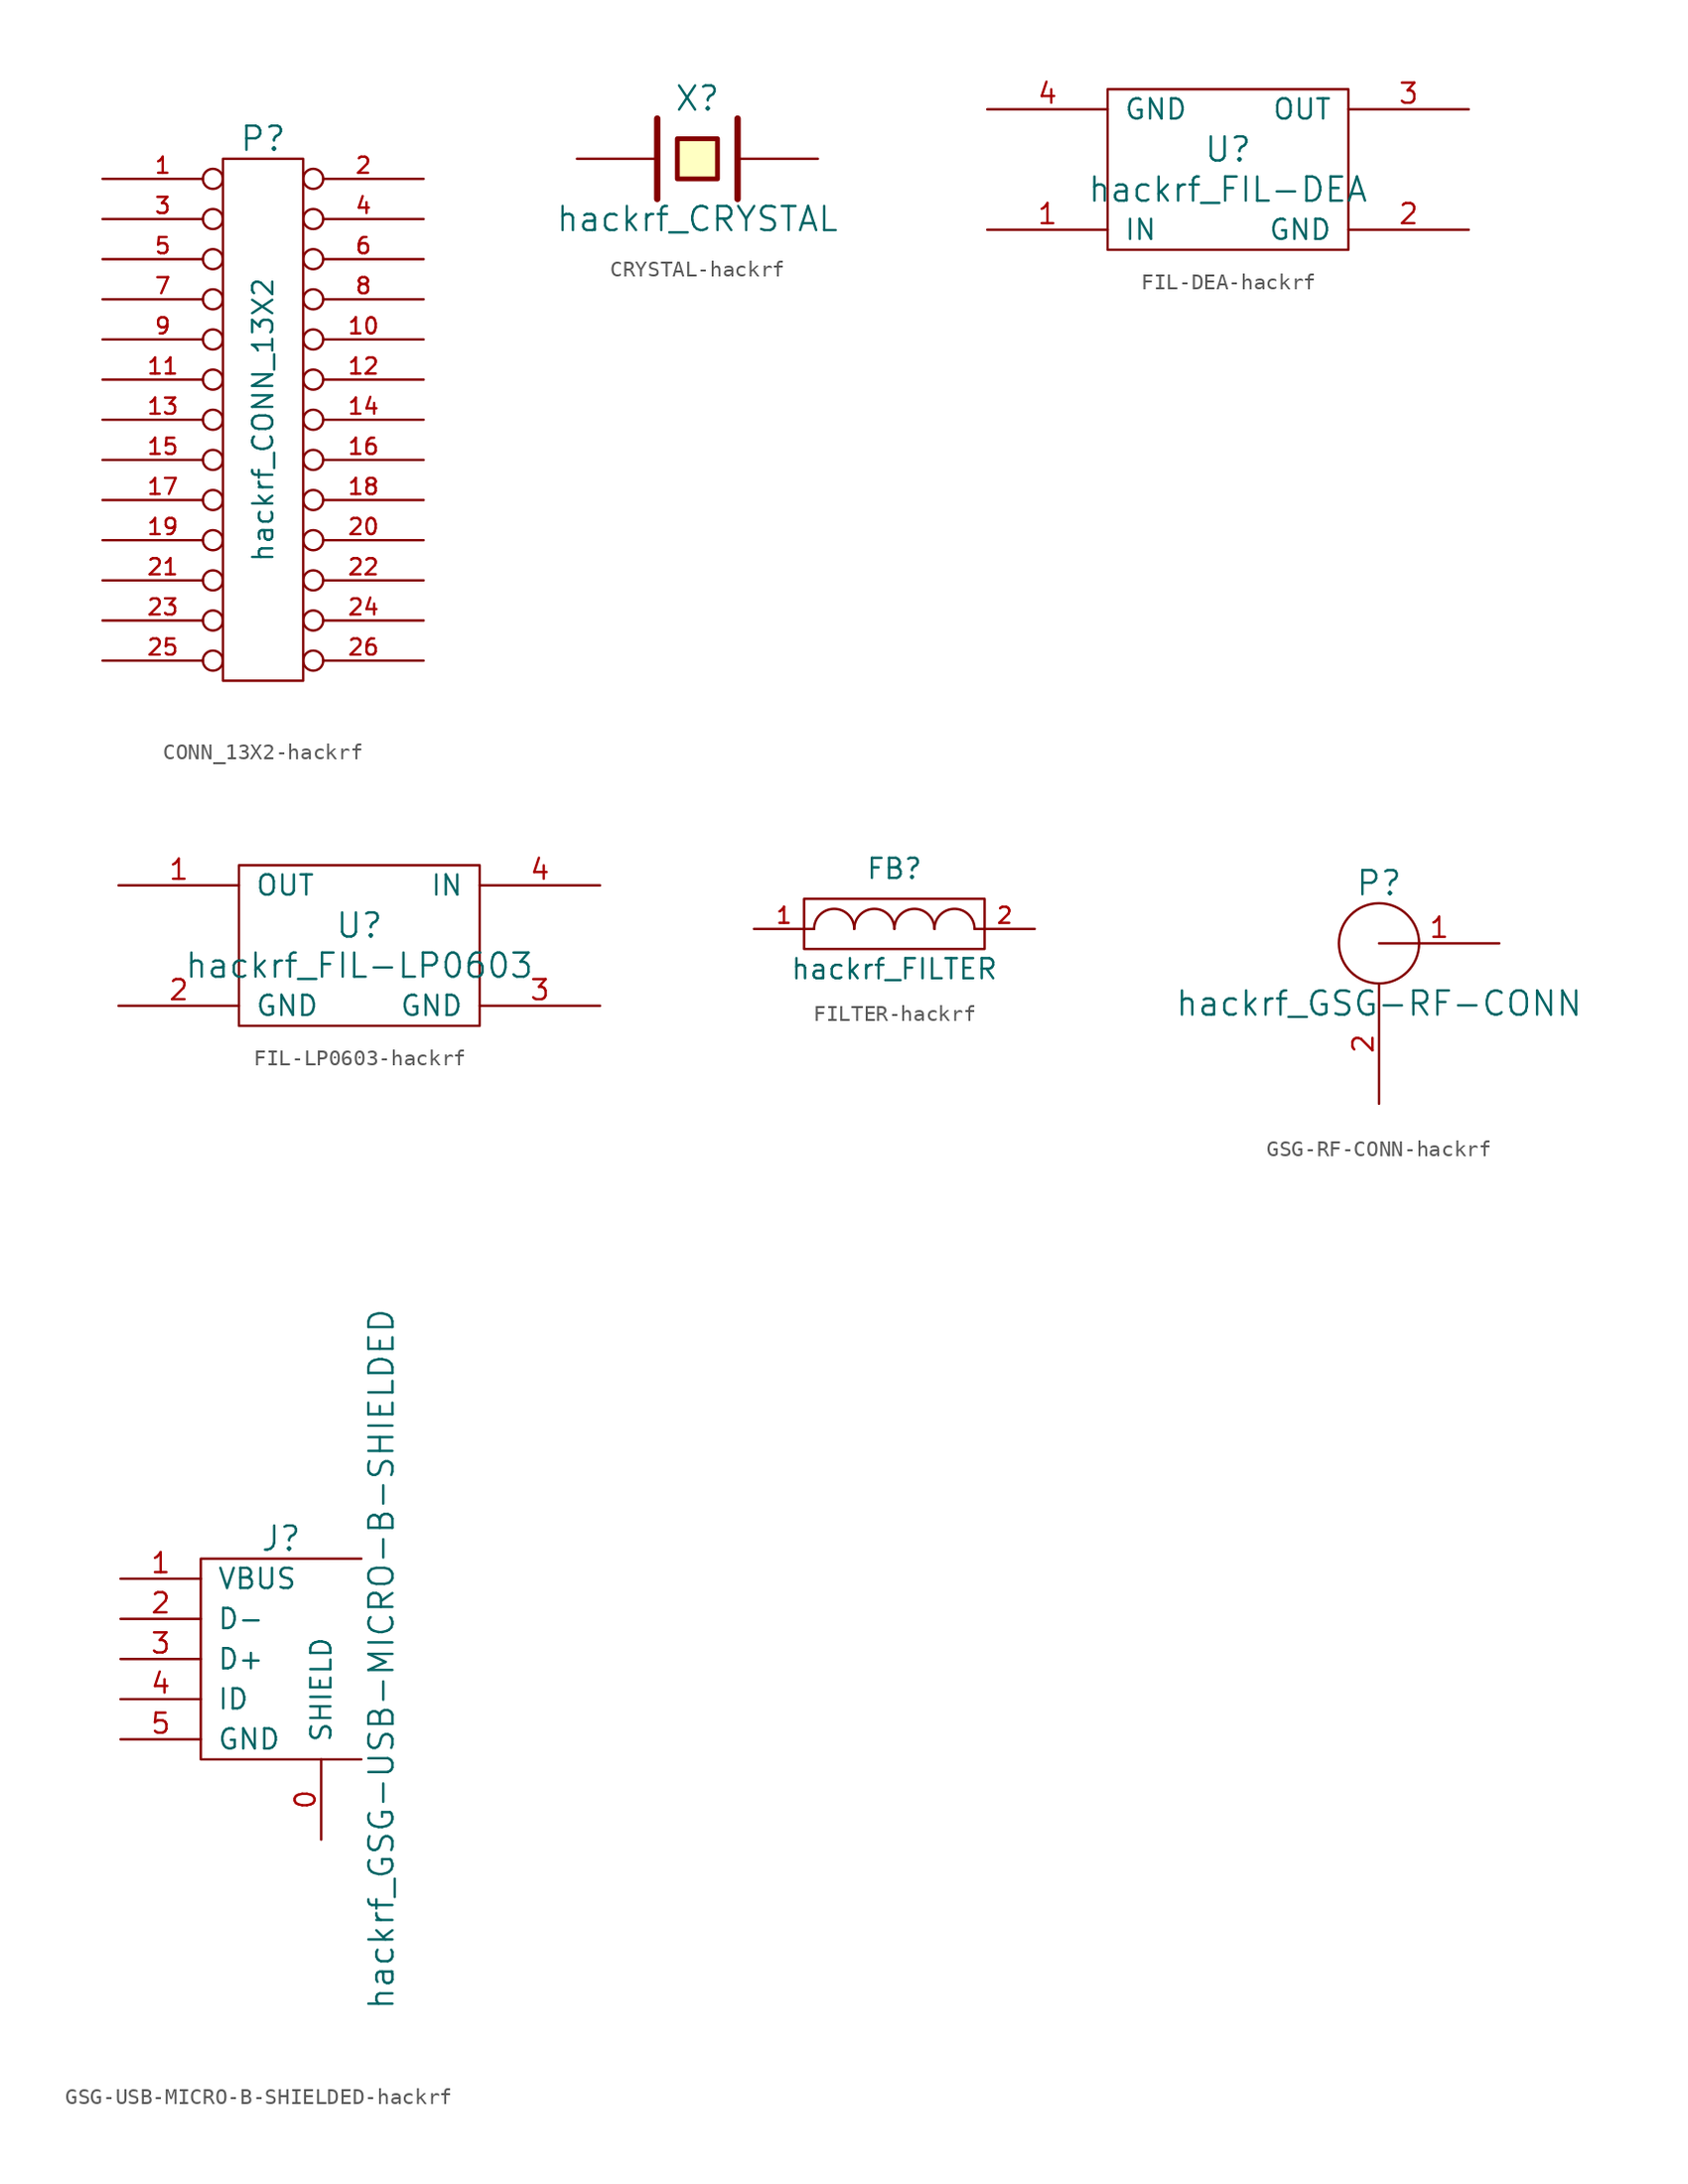
<source format=kicad_sym>
(kicad_symbol_lib
  (version 20231120)
  (generator "kicad_symbol_editor")
  (generator_version "8.0")
  (symbol "CONN_13X2-hackrf"
    (pin_names
      (offset 0.254) hide)
    (property "Reference" "P"
      (at 0 17.78 0)
      (effects (font (size 1.524 1.524))))
    (property "Value" "hackrf_CONN_13X2"
      (at 0 0 90)
      (effects (font (size 1.27 1.27))))
    (property "Footprint" ""
      (at 0 0 0)
      (effects (font (size 1.524 1.524))))
    (property "Datasheet" ""
      (at 0 0 0)
      (effects (font (size 1.524 1.524))))
    (symbol "CONN_13X2-hackrf_0_1"
      (rectangle (start -2.54 16.51) (end 2.54 -16.51) (stroke (width 0) (type solid)) (fill (type none))))
    (symbol "CONN_13X2-hackrf_1_1"
      (pin passive inverted (at -10.16 15.24 0) (length 7.62) (name "P1" (effects (font (size 0.762 0.762)))) (number "1" (effects (font (size 1.016 1.016)))))
      (pin passive inverted (at 10.16 5.08 180) (length 7.62) (name "P10" (effects (font (size 0.762 0.762)))) (number "10" (effects (font (size 1.016 1.016)))))
      (pin passive inverted (at -10.16 2.54 0) (length 7.62) (name "P11" (effects (font (size 0.762 0.762)))) (number "11" (effects (font (size 1.016 1.016)))))
      (pin passive inverted (at 10.16 2.54 180) (length 7.62) (name "P12" (effects (font (size 0.762 0.762)))) (number "12" (effects (font (size 1.016 1.016)))))
      (pin passive inverted (at -10.16 0 0) (length 7.62) (name "P13" (effects (font (size 0.762 0.762)))) (number "13" (effects (font (size 1.016 1.016)))))
      (pin passive inverted (at 10.16 0 180) (length 7.62) (name "P14" (effects (font (size 0.762 0.762)))) (number "14" (effects (font (size 1.016 1.016)))))
      (pin passive inverted (at -10.16 -2.54 0) (length 7.62) (name "P15" (effects (font (size 0.762 0.762)))) (number "15" (effects (font (size 1.016 1.016)))))
      (pin passive inverted (at 10.16 -2.54 180) (length 7.62) (name "P16" (effects (font (size 0.762 0.762)))) (number "16" (effects (font (size 1.016 1.016)))))
      (pin passive inverted (at -10.16 -5.08 0) (length 7.62) (name "P17" (effects (font (size 0.762 0.762)))) (number "17" (effects (font (size 1.016 1.016)))))
      (pin passive inverted (at 10.16 -5.08 180) (length 7.62) (name "P18" (effects (font (size 0.762 0.762)))) (number "18" (effects (font (size 1.016 1.016)))))
      (pin passive inverted (at -10.16 -7.62 0) (length 7.62) (name "P19" (effects (font (size 0.762 0.762)))) (number "19" (effects (font (size 1.016 1.016)))))
      (pin passive inverted (at 10.16 15.24 180) (length 7.62) (name "P2" (effects (font (size 0.762 0.762)))) (number "2" (effects (font (size 1.016 1.016)))))
      (pin passive inverted (at 10.16 -7.62 180) (length 7.62) (name "P20" (effects (font (size 0.762 0.762)))) (number "20" (effects (font (size 1.016 1.016)))))
      (pin passive inverted (at -10.16 -10.16 0) (length 7.62) (name "P21" (effects (font (size 0.762 0.762)))) (number "21" (effects (font (size 1.016 1.016)))))
      (pin passive inverted (at 10.16 -10.16 180) (length 7.62) (name "P22" (effects (font (size 0.762 0.762)))) (number "22" (effects (font (size 1.016 1.016)))))
      (pin passive inverted (at -10.16 -12.7 0) (length 7.62) (name "P23" (effects (font (size 0.762 0.762)))) (number "23" (effects (font (size 1.016 1.016)))))
      (pin passive inverted (at 10.16 -12.7 180) (length 7.62) (name "P20" (effects (font (size 0.762 0.762)))) (number "24" (effects (font (size 1.016 1.016)))))
      (pin passive inverted (at -10.16 -15.24 0) (length 7.62) (name "P24" (effects (font (size 0.762 0.762)))) (number "25" (effects (font (size 1.016 1.016)))))
      (pin passive inverted (at 10.16 -15.24 180) (length 7.62) (name "P22" (effects (font (size 0.762 0.762)))) (number "26" (effects (font (size 1.016 1.016)))))
      (pin passive inverted (at -10.16 12.7 0) (length 7.62) (name "P3" (effects (font (size 0.762 0.762)))) (number "3" (effects (font (size 1.016 1.016)))))
      (pin passive inverted (at 10.16 12.7 180) (length 7.62) (name "P4" (effects (font (size 0.762 0.762)))) (number "4" (effects (font (size 1.016 1.016)))))
      (pin passive inverted (at -10.16 10.16 0) (length 7.62) (name "P5" (effects (font (size 0.762 0.762)))) (number "5" (effects (font (size 1.016 1.016)))))
      (pin passive inverted (at 10.16 10.16 180) (length 7.62) (name "P6" (effects (font (size 0.762 0.762)))) (number "6" (effects (font (size 1.016 1.016)))))
      (pin passive inverted (at -10.16 7.62 0) (length 7.62) (name "P7" (effects (font (size 0.762 0.762)))) (number "7" (effects (font (size 1.016 1.016)))))
      (pin passive inverted (at 10.16 7.62 180) (length 7.62) (name "P8" (effects (font (size 0.762 0.762)))) (number "8" (effects (font (size 1.016 1.016)))))
      (pin passive inverted (at -10.16 5.08 0) (length 7.62) (name "P9" (effects (font (size 0.762 0.762)))) (number "9" (effects (font (size 1.016 1.016)))))))
  (symbol "CRYSTAL-hackrf"
    (pin_numbers hide)
    (pin_names
      (offset 1.016) hide)
    (property "Reference" "X"
      (at 0 3.81 0)
      (effects (font (size 1.524 1.524))))
    (property "Value" "hackrf_CRYSTAL"
      (at 0 -3.81 0)
      (effects (font (size 1.524 1.524))))
    (property "Footprint" ""
      (at 0 0 0)
      (effects (font (size 1.524 1.524))))
    (property "Datasheet" ""
      (at 0 0 0)
      (effects (font (size 1.524 1.524))))
    (symbol "CRYSTAL-hackrf_0_1"
      (polyline (pts (xy -2.54 2.54) (xy -2.54 -2.54)) (stroke (width 0.406) (type solid)) (fill (type none)))
      (polyline (pts (xy 2.54 2.54) (xy 2.54 -2.54)) (stroke (width 0.406) (type solid)) (fill (type none)))
      (polyline (pts (xy -1.27 1.27) (xy 1.27 1.27) (xy 1.27 -1.27) (xy -1.27 -1.27) (xy -1.27 1.27)) (stroke (width 0.305) (type solid)) (fill (type background))))
    (symbol "CRYSTAL-hackrf_1_1"
      (pin passive line (at -7.62 0 0) (length 5.08) (name "1" (effects (font (size 1.016 1.016)))) (number "1" (effects (font (size 1.016 1.016)))))
      (pin passive line (at 7.62 0 180) (length 5.08) (name "2" (effects (font (size 1.016 1.016)))) (number "2" (effects (font (size 1.016 1.016)))))))
  (symbol "FIL-DEA-hackrf"
    (pin_names
      (offset 1.016))
    (property "Reference" "U"
      (at 0 1.27 0)
      (effects (font (size 1.524 1.524))))
    (property "Value" "hackrf_FIL-DEA"
      (at 0 -1.27 0)
      (effects (font (size 1.524 1.524))))
    (property "Footprint" ""
      (at 0 0 0)
      (effects (font (size 1.524 1.524))))
    (property "Datasheet" ""
      (at 0 0 0)
      (effects (font (size 1.524 1.524))))
    (symbol "FIL-DEA-hackrf_0_1"
      (rectangle (start -7.62 5.08) (end 7.62 -5.08) (stroke (width 0) (type solid)) (fill (type none))))
    (symbol "FIL-DEA-hackrf_1_1"
      (pin bidirectional line (at -15.24 -3.81 0) (length 7.62) (name "IN" (effects (font (size 1.27 1.27)))) (number "1" (effects (font (size 1.27 1.27)))))
      (pin power_in line (at 15.24 -3.81 180) (length 7.62) (name "GND" (effects (font (size 1.27 1.27)))) (number "2" (effects (font (size 1.27 1.27)))))
      (pin bidirectional line (at 15.24 3.81 180) (length 7.62) (name "OUT" (effects (font (size 1.27 1.27)))) (number "3" (effects (font (size 1.27 1.27)))))
      (pin power_in line (at -15.24 3.81 0) (length 7.62) (name "GND" (effects (font (size 1.27 1.27)))) (number "4" (effects (font (size 1.27 1.27)))))))
  (symbol "FIL-LP0603-hackrf"
    (pin_names
      (offset 1.016))
    (property "Reference" "U"
      (at 0 1.27 0)
      (effects (font (size 1.524 1.524))))
    (property "Value" "hackrf_FIL-LP0603"
      (at 0 -1.27 0)
      (effects (font (size 1.524 1.524))))
    (property "Footprint" ""
      (at 0 0 0)
      (effects (font (size 1.524 1.524))))
    (property "Datasheet" ""
      (at 0 0 0)
      (effects (font (size 1.524 1.524))))
    (symbol "FIL-LP0603-hackrf_0_1"
      (rectangle (start -7.62 5.08) (end 7.62 -5.08) (stroke (width 0) (type solid)) (fill (type none))))
    (symbol "FIL-LP0603-hackrf_1_1"
      (pin bidirectional line (at -15.24 3.81 0) (length 7.62) (name "OUT" (effects (font (size 1.27 1.27)))) (number "1" (effects (font (size 1.27 1.27)))))
      (pin power_in line (at -15.24 -3.81 0) (length 7.62) (name "GND" (effects (font (size 1.27 1.27)))) (number "2" (effects (font (size 1.27 1.27)))))
      (pin power_in line (at 15.24 -3.81 180) (length 7.62) (name "GND" (effects (font (size 1.27 1.27)))) (number "3" (effects (font (size 1.27 1.27)))))
      (pin bidirectional line (at 15.24 3.81 180) (length 7.62) (name "IN" (effects (font (size 1.27 1.27)))) (number "4" (effects (font (size 1.27 1.27)))))))
  (symbol "FILTER-hackrf"
    (pin_names
      (offset 1.016) hide)
    (property "Reference" "FB"
      (at 0 3.81 0)
      (effects (font (size 1.27 1.27))))
    (property "Value" "hackrf_FILTER"
      (at 0 -2.54 0)
      (effects (font (size 1.27 1.27))))
    (property "Footprint" ""
      (at 0 0 0)
      (effects (font (size 1.524 1.524))))
    (property "Datasheet" ""
      (at 0 0 0)
      (effects (font (size 1.524 1.524))))
    (symbol "FILTER-hackrf_0_1"
      (rectangle (start -5.715 1.905) (end 5.715 -1.27) (stroke (width 0) (type solid)) (fill (type none)))
      (arc (start -2.54 0) (mid -3.81 1.27) (end -5.08 0) (stroke (width 0) (type solid)) (fill (type none)))
      (arc (start 0 0) (mid -1.27 1.27) (end -2.54 0) (stroke (width 0) (type solid)) (fill (type none)))
      (arc (start 0 0) (mid 0 0) (end 0 0) (stroke (width 0) (type solid)) (fill (type none)))
      (arc (start 2.54 0) (mid 1.27 1.27) (end 0 0) (stroke (width 0) (type solid)) (fill (type none)))
      (arc (start 5.08 0) (mid 3.81 1.27) (end 2.54 0) (stroke (width 0) (type solid)) (fill (type none))))
    (symbol "FILTER-hackrf_1_1"
      (pin passive line (at -8.89 0 0) (length 3.81) (name "1" (effects (font (size 1.016 1.016)))) (number "1" (effects (font (size 1.016 1.016)))))
      (pin passive line (at 8.89 0 180) (length 3.81) (name "2" (effects (font (size 1.016 1.016)))) (number "2" (effects (font (size 1.016 1.016)))))))
  (symbol "GSG-RF-CONN-hackrf"
    (pin_names
      (offset 0) hide)
    (property "Reference" "P"
      (at 0 3.81 0)
      (effects (font (size 1.524 1.524))))
    (property "Value" "hackrf_GSG-RF-CONN"
      (at 0 -3.81 0)
      (effects (font (size 1.524 1.524))))
    (property "Footprint" ""
      (at 0 0 0)
      (effects (font (size 1.524 1.524))))
    (property "Datasheet" ""
      (at 0 0 0)
      (effects (font (size 1.524 1.524))))
    (symbol "GSG-RF-CONN-hackrf_0_1"
      (circle (center 0 0) (radius 2.54) (stroke (width 0) (type solid)) (fill (type none))))
    (symbol "GSG-RF-CONN-hackrf_1_1"
      (pin bidirectional line (at 7.62 0 180) (length 7.62) (name "RF" (effects (font (size 1.27 1.27)))) (number "1" (effects (font (size 1.27 1.27)))))
      (pin power_in line (at 0 -10.16 90) (length 7.62) (name "GND" (effects (font (size 1.27 1.27)))) (number "2" (effects (font (size 1.27 1.27)))))))
  (symbol "GSG-USB-MICRO-B-SHIELDED-hackrf"
    (pin_names
      (offset 1.016))
    (property "Reference" "J"
      (at 3.81 7.62 0)
      (effects (font (size 1.524 1.524))))
    (property "Value" "hackrf_GSG-USB-MICRO-B-SHIELDED"
      (at 10.16 0 90)
      (effects (font (size 1.524 1.524))))
    (property "Footprint" ""
      (at 0 0 0)
      (effects (font (size 1.524 1.524))))
    (property "Datasheet" ""
      (at 0 0 0)
      (effects (font (size 1.524 1.524))))
    (symbol "GSG-USB-MICRO-B-SHIELDED-hackrf_0_1"
      (polyline (pts (xy 8.89 -6.35) (xy -1.27 -6.35) (xy -1.27 6.35) (xy 8.89 6.35)) (stroke (width 0) (type solid)) (fill (type none))))
    (symbol "GSG-USB-MICRO-B-SHIELDED-hackrf_1_1"
      (pin passive line (at 6.35 -11.43 90) (length 5.08) (name "SHIELD" (effects (font (size 1.27 1.27)))) (number "0" (effects (font (size 1.27 1.27)))))
      (pin power_out line (at -6.35 5.08 0) (length 5.08) (name "VBUS" (effects (font (size 1.27 1.27)))) (number "1" (effects (font (size 1.27 1.27)))))
      (pin bidirectional line (at -6.35 2.54 0) (length 5.08) (name "D-" (effects (font (size 1.27 1.27)))) (number "2" (effects (font (size 1.27 1.27)))))
      (pin bidirectional line (at -6.35 0 0) (length 5.08) (name "D+" (effects (font (size 1.27 1.27)))) (number "3" (effects (font (size 1.27 1.27)))))
      (pin input line (at -6.35 -2.54 0) (length 5.08) (name "ID" (effects (font (size 1.27 1.27)))) (number "4" (effects (font (size 1.27 1.27)))))
      (pin power_out line (at -6.35 -5.08 0) (length 5.08) (name "GND" (effects (font (size 1.27 1.27)))) (number "5" (effects (font (size 1.27 1.27))))))))
</source>
